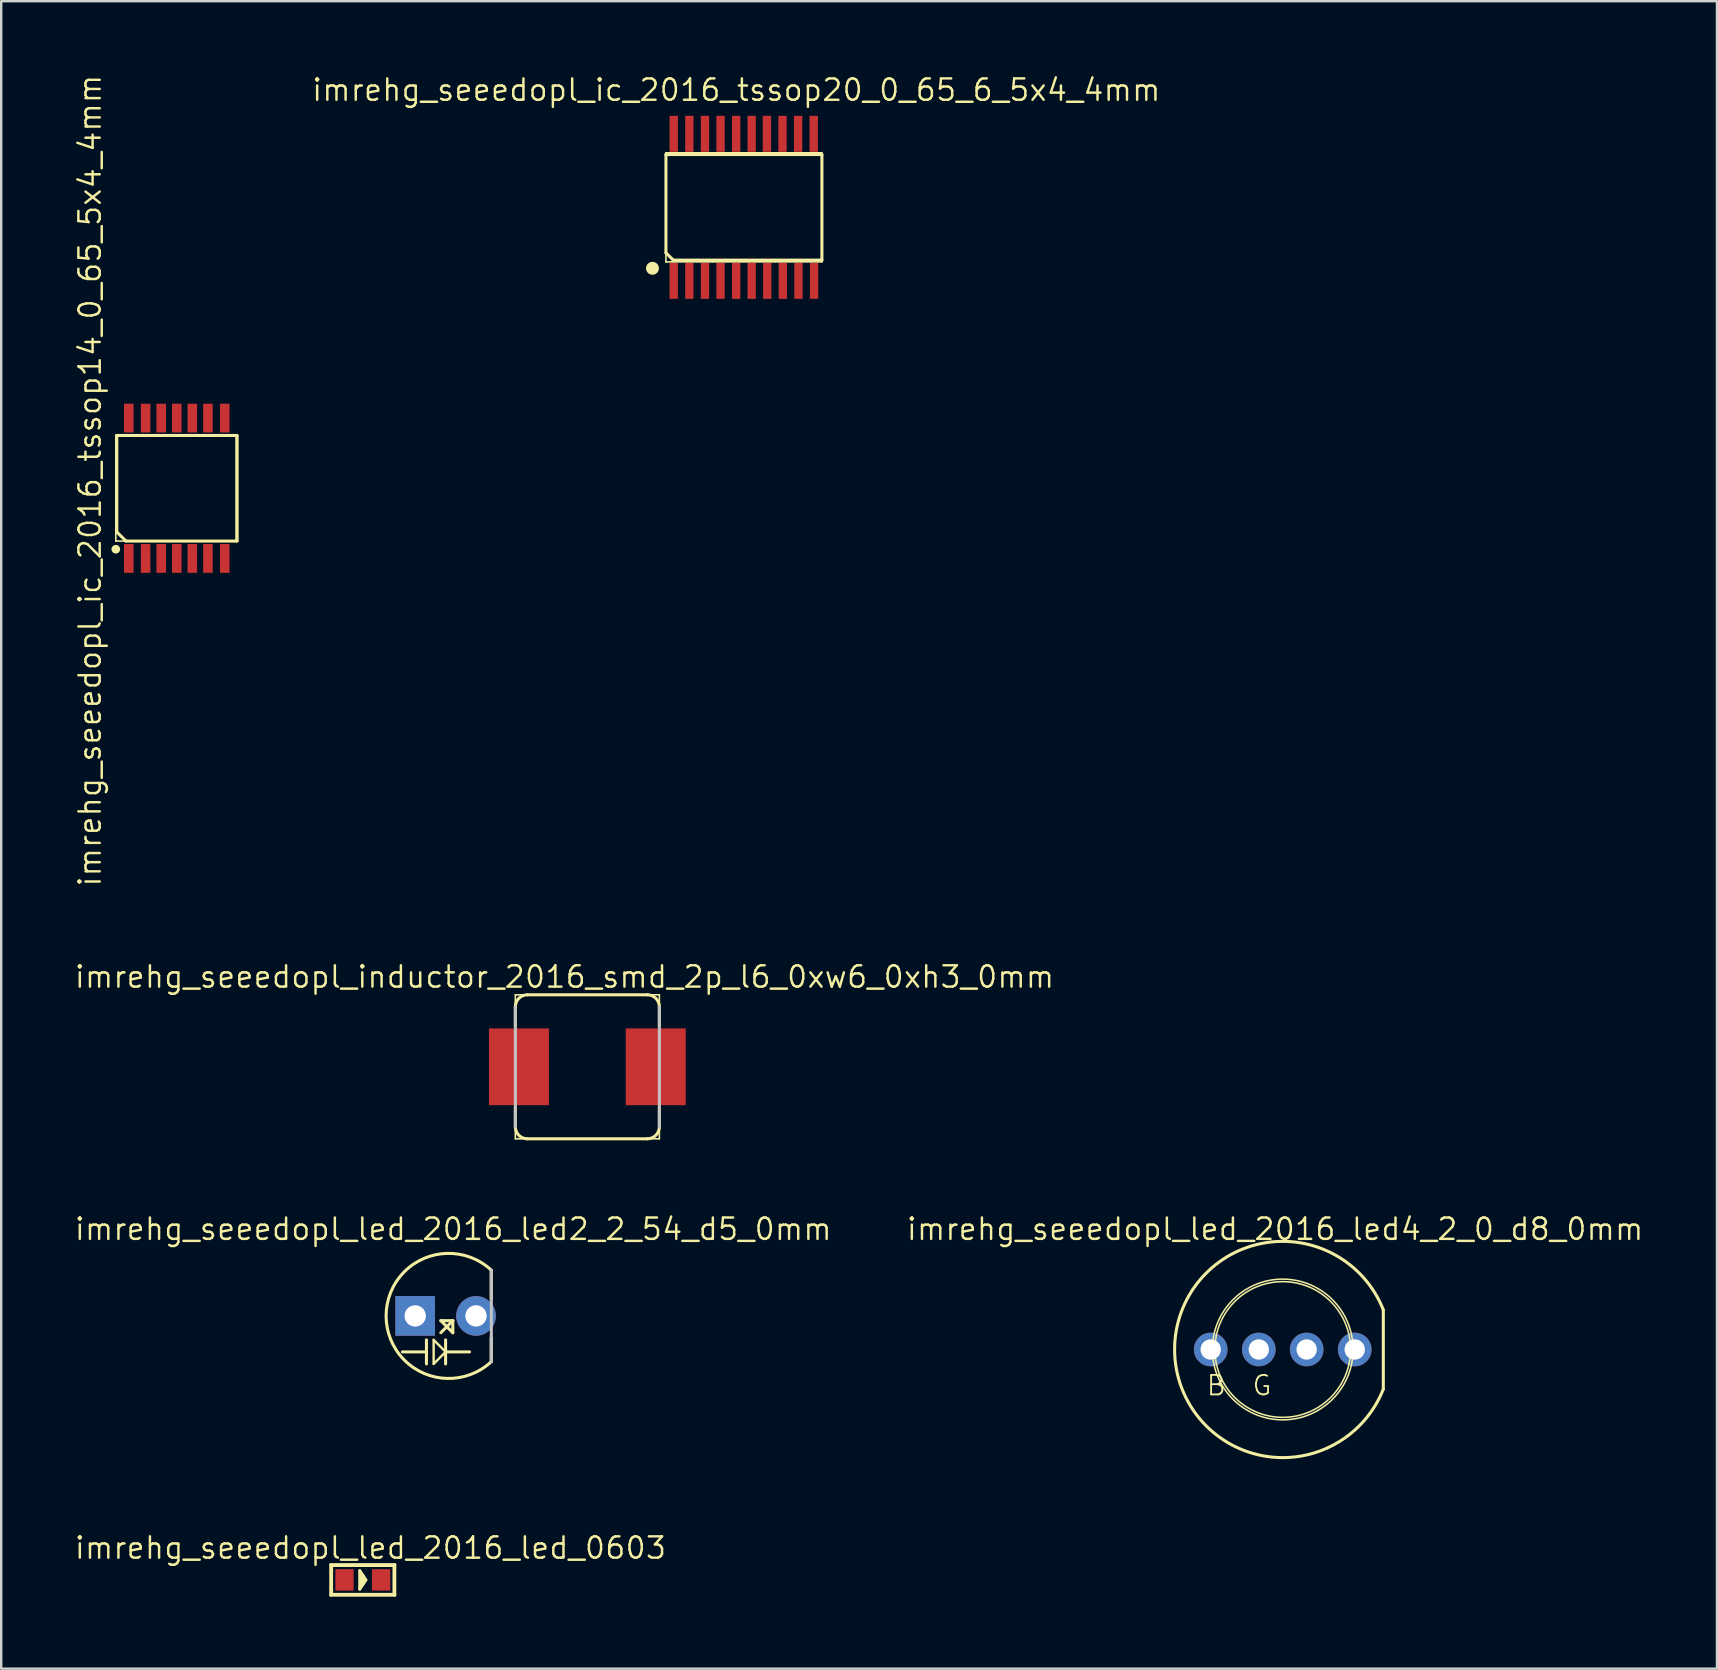
<source format=kicad_pcb>
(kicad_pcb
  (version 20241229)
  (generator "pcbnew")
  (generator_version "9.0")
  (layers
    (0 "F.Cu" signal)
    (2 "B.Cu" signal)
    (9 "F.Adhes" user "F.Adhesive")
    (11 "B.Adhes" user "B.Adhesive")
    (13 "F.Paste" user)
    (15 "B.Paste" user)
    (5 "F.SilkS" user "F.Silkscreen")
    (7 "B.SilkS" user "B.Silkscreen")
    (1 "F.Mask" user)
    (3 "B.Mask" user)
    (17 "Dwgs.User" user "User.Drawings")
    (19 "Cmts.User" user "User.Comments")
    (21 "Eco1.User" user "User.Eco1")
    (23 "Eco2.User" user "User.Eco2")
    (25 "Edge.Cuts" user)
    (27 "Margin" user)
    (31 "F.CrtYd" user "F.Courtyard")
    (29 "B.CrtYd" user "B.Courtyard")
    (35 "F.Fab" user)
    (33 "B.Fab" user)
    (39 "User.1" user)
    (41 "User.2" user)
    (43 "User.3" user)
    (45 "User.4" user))
  (footprint "imrehg_seeedopl_led_2016_led2_2_54_d5_0mm"
    (layer "F.Cu")
    (at 15.515 51.775)
    (property "Reference" "imrehg_seeedopl_led_2016_led2_2_54_d5_0mm" (at 0.318 -3.617 0) (layer "F.SilkS") (effects (font (size 0.889 0.889) (thickness 0.102))))
    (attr exclude_from_pos_files exclude_from_bom)
    (fp_line (start -1.798 1.499) (end -0.798 1.499) (stroke (width 0.127) (type solid)) (layer "F.SilkS"))
    (fp_line (start -0.798 0.998) (end -0.798 1.499) (stroke (width 0.127) (type solid)) (layer "F.SilkS"))
    (fp_line (start -0.798 1.499) (end -0.798 1.999) (stroke (width 0.127) (type solid)) (layer "F.SilkS"))
    (fp_line (start -0.498 0.998) (end -0.498 1.999) (stroke (width 0.1) (type solid)) (layer "F.SilkS"))
    (fp_line (start -0.498 1.999) (end 0 1.499) (stroke (width 0.1) (type solid)) (layer "F.SilkS"))
    (fp_line (start -0.198 0.198) (end 0.3 0.699) (stroke (width 0.127) (type solid)) (layer "F.SilkS"))
    (fp_line (start -0.198 0.699) (end 0.3 0.198) (stroke (width 0.127) (type solid)) (layer "F.SilkS"))
    (fp_line (start 0 0.998) (end 0 1.499) (stroke (width 0.127) (type solid)) (layer "F.SilkS"))
    (fp_line (start 0 1.499) (end -0.498 0.998) (stroke (width 0.1) (type solid)) (layer "F.SilkS"))
    (fp_line (start 0 1.499) (end 0 1.999) (stroke (width 0.127) (type solid)) (layer "F.SilkS"))
    (fp_line (start 0 1.499) (end 0.998 1.499) (stroke (width 0.127) (type solid)) (layer "F.SilkS"))
    (fp_line (start 0.3 0.198) (end -0.198 0.198) (stroke (width 0.127) (type solid)) (layer "F.SilkS"))
    (fp_line (start 0.3 0.699) (end 0.3 0.198) (stroke (width 0.127) (type solid)) (layer "F.SilkS"))
    (fp_line (start 1.9 -1.9) (end 1.9 -0.699) (stroke (width 0.127) (type solid)) (layer "F.SilkS"))
    (fp_line (start 1.9 1.9) (end 1.9 0.899) (stroke (width 0.127) (type solid)) (layer "F.SilkS"))
    (fp_arc (start 1.905 1.905) (mid -2.478822 0.00114) (end 1.903333 -1.906555) (stroke (width 0.127) (type solid)) (layer "F.SilkS"))
    (fp_line (start 1.905 -1.905) (end 1.905 1.905) (stroke (width 0.127) (type solid)) (layer "Dwgs.User"))
    (pad "+" thru_hole rect (at -1.267 0) (size 1.651 1.651) (drill 0.889) (layers "*.Cu" "*.Paste" "*.Mask"))
    (pad "-" thru_hole circle (at 1.267 0) (size 1.651 1.651) (drill 0.889) (layers "*.Cu" "*.Paste" "*.Mask")))
  (footprint "imrehg_seeedopl_inductor_2016_smd_2p_l6_0xw6_0xh3_0mm"
    (layer "F.Cu")
    (at 21.421 41.396)
    (property "Reference" "imrehg_seeedopl_inductor_2016_smd_2p_l6_0xw6_0xh3_0mm" (at -0.953 -3.747 0) (layer "F.SilkS") (effects (font (size 0.889 0.889) (thickness 0.102))))
    (attr smd)
    (fp_line (start -3 -3) (end 3 -3) (stroke (width 0.066) (type solid)) (layer "F.SilkS"))
    (fp_line (start -3 -2.499) (end -3 -1.699) (stroke (width 0.127) (type solid)) (layer "F.SilkS"))
    (fp_line (start -3 2.499) (end -3 1.699) (stroke (width 0.127) (type solid)) (layer "F.SilkS"))
    (fp_line (start -3 3) (end -3 -3) (stroke (width 0.066) (type solid)) (layer "F.SilkS"))
    (fp_line (start -3 3) (end 3 3) (stroke (width 0.066) (type solid)) (layer "F.SilkS"))
    (fp_line (start -2.499 -3) (end 2.499 -3) (stroke (width 0.127) (type solid)) (layer "F.SilkS"))
    (fp_line (start 2.499 3) (end -2.499 3) (stroke (width 0.127) (type solid)) (layer "F.SilkS"))
    (fp_line (start 3 -2.499) (end 3 -1.699) (stroke (width 0.127) (type solid)) (layer "F.SilkS"))
    (fp_line (start 3 2.499) (end 3 1.699) (stroke (width 0.127) (type solid)) (layer "F.SilkS"))
    (fp_line (start 3 3) (end 3 -3) (stroke (width 0.066) (type solid)) (layer "F.SilkS"))
    (fp_arc (start -2.99974 -2.49936) (mid -2.853182 -2.853182) (end -2.49936 -2.99974) (stroke (width 0.127) (type solid)) (layer "F.SilkS"))
    (fp_arc (start -2.49936 2.99974) (mid -2.853182 2.853182) (end -2.99974 2.49936) (stroke (width 0.127) (type solid)) (layer "F.SilkS"))
    (fp_arc (start 2.49936 -2.99974) (mid 2.853182 -2.853182) (end 2.99974 -2.49936) (stroke (width 0.127) (type solid)) (layer "F.SilkS"))
    (fp_arc (start 2.99974 2.49936) (mid 2.853182 2.853182) (end 2.49936 2.99974) (stroke (width 0.127) (type solid)) (layer "F.SilkS"))
    (fp_line (start -3 2.499) (end -3 -2.499) (stroke (width 0.127) (type solid)) (layer "Dwgs.User"))
    (fp_line (start 3 -2.499) (end 3 -1.699) (stroke (width 0.127) (type solid)) (layer "Dwgs.User"))
    (fp_line (start 3 -1.699) (end 3 2.499) (stroke (width 0.127) (type solid)) (layer "Dwgs.User"))
    (pad "1" smd rect (at -2.85 0 90) (size 3.198 2.499) (layers "F.Cu" "F.Mask" "F.Paste"))
    (pad "2" smd rect (at 2.85 0 90) (size 3.198 2.499) (layers "F.Cu" "F.Mask" "F.Paste")))
  (footprint "imrehg_seeedopl_led_2016_led_0603"
    (layer "F.Cu")
    (at 12.065 62.774)
    (property "Reference" "imrehg_seeedopl_led_2016_led_0603" (at 0.318 -1.333 0) (layer "F.SilkS") (effects (font (size 0.889 0.889) (thickness 0.102))))
    (attr smd)
    (fp_line (start -1.333 -0.635) (end 1.333 -0.635) (stroke (width 0.127) (type solid)) (layer "F.SilkS"))
    (fp_line (start -1.333 0.635) (end -1.333 -0.635) (stroke (width 0.127) (type solid)) (layer "F.SilkS"))
    (fp_line (start -1.27 -0.572) (end 1.27 -0.572) (stroke (width 0.066) (type solid)) (layer "F.SilkS"))
    (fp_line (start -1.27 0.572) (end -1.27 -0.572) (stroke (width 0.066) (type solid)) (layer "F.SilkS"))
    (fp_line (start -1.27 0.572) (end 1.27 0.572) (stroke (width 0.066) (type solid)) (layer "F.SilkS"))
    (fp_line (start -0.127 -0.381) (end -0.127 0.381) (stroke (width 0.127) (type solid)) (layer "F.SilkS"))
    (fp_line (start -0.127 0.381) (end 0 0.191) (stroke (width 0.127) (type solid)) (layer "F.SilkS"))
    (fp_line (start -0.064 -0.254) (end -0.064 0.254) (stroke (width 0.127) (type solid)) (layer "F.SilkS"))
    (fp_line (start 0 -0.191) (end -0.127 -0.381) (stroke (width 0.127) (type solid)) (layer "F.SilkS"))
    (fp_line (start 0 -0.191) (end 0 0.191) (stroke (width 0.127) (type solid)) (layer "F.SilkS"))
    (fp_line (start 0 0.191) (end 0.127 0) (stroke (width 0.127) (type solid)) (layer "F.SilkS"))
    (fp_line (start 0.127 0) (end 0 -0.191) (stroke (width 0.127) (type solid)) (layer "F.SilkS"))
    (fp_line (start 1.27 0.572) (end 1.27 -0.572) (stroke (width 0.066) (type solid)) (layer "F.SilkS"))
    (fp_line (start 1.333 -0.635) (end 1.333 0.635) (stroke (width 0.127) (type solid)) (layer "F.SilkS"))
    (fp_line (start 1.333 0.635) (end -1.333 0.635) (stroke (width 0.127) (type solid)) (layer "F.SilkS"))
    (pad "+" smd rect (at -0.762 0) (size 0.762 0.889) (layers "F.Cu" "F.Mask" "F.Paste"))
    (pad "-" smd rect (at 0.762 0) (size 0.762 0.889) (layers "F.Cu" "F.Mask" "F.Paste")))
  (footprint "imrehg_seeedopl_ic_2016_tssop20_0_65_6_5x4_4mm"
    (layer "F.Cu")
    (at 27.944 5.588)
    (property "Reference" "imrehg_seeedopl_ic_2016_tssop20_0_65_6_5x4_4mm" (at -0.318 -4.889 0) (layer "F.SilkS") (effects (font (size 0.889 0.889) (thickness 0.102))))
    (attr smd)
    (fp_line (start -3.249 -2.273) (end 3.249 -2.273) (stroke (width 0.066) (type solid)) (layer "F.SilkS"))
    (fp_line (start -3.249 -2.2) (end 3.249 -2.2) (stroke (width 0.127) (type solid)) (layer "F.SilkS"))
    (fp_line (start -3.249 1.895) (end -3.249 -2.2) (stroke (width 0.127) (type solid)) (layer "F.SilkS"))
    (fp_line (start -3.249 2.273) (end -3.249 -2.273) (stroke (width 0.066) (type solid)) (layer "F.SilkS"))
    (fp_line (start -3.249 2.273) (end 3.249 2.273) (stroke (width 0.066) (type solid)) (layer "F.SilkS"))
    (fp_line (start -2.944 2.2) (end -3.249 1.895) (stroke (width 0.127) (type solid)) (layer "F.SilkS"))
    (fp_line (start 3.249 -2.2) (end 3.249 2.2) (stroke (width 0.127) (type solid)) (layer "F.SilkS"))
    (fp_line (start 3.249 2.2) (end -2.944 2.2) (stroke (width 0.127) (type solid)) (layer "F.SilkS"))
    (fp_line (start 3.249 2.273) (end 3.249 -2.273) (stroke (width 0.066) (type solid)) (layer "F.SilkS"))
    (fp_circle (center -3.81 2.54) (end -4 2.731) (stroke (width 0) (type solid)) (fill yes) (layer "F.SilkS"))
    (pad "1" smd rect (at -2.924 3.063 90) (size 1.499 0.348) (layers "F.Cu" "F.Mask" "F.Paste"))
    (pad "2" smd rect (at -2.273 3.063 90) (size 1.499 0.348) (layers "F.Cu" "F.Mask" "F.Paste"))
    (pad "3" smd rect (at -1.623 3.063 90) (size 1.499 0.348) (layers "F.Cu" "F.Mask" "F.Paste"))
    (pad "4" smd rect (at -0.973 3.063 90) (size 1.499 0.348) (layers "F.Cu" "F.Mask" "F.Paste"))
    (pad "5" smd rect (at -0.323 3.063 90) (size 1.499 0.348) (layers "F.Cu" "F.Mask" "F.Paste"))
    (pad "6" smd rect (at 0.323 3.063 90) (size 1.499 0.348) (layers "F.Cu" "F.Mask" "F.Paste"))
    (pad "7" smd rect (at 0.973 3.063 90) (size 1.499 0.348) (layers "F.Cu" "F.Mask" "F.Paste"))
    (pad "8" smd rect (at 1.623 3.063 90) (size 1.499 0.348) (layers "F.Cu" "F.Mask" "F.Paste"))
    (pad "9" smd rect (at 2.273 3.063 90) (size 1.499 0.348) (layers "F.Cu" "F.Mask" "F.Paste"))
    (pad "10" smd rect (at 2.924 3.063 90) (size 1.499 0.348) (layers "F.Cu" "F.Mask" "F.Paste"))
    (pad "11" smd rect (at 2.908 -3.063 90) (size 1.499 0.348) (layers "F.Cu" "F.Mask" "F.Paste"))
    (pad "12" smd rect (at 2.258 -3.063 90) (size 1.499 0.348) (layers "F.Cu" "F.Mask" "F.Paste"))
    (pad "13" smd rect (at 1.608 -3.063 90) (size 1.499 0.348) (layers "F.Cu" "F.Mask" "F.Paste"))
    (pad "14" smd rect (at 0.958 -3.063 90) (size 1.499 0.348) (layers "F.Cu" "F.Mask" "F.Paste"))
    (pad "15" smd rect (at 0.323 -3.063 90) (size 1.499 0.348) (layers "F.Cu" "F.Mask" "F.Paste"))
    (pad "16" smd rect (at -0.323 -3.063 90) (size 1.499 0.348) (layers "F.Cu" "F.Mask" "F.Paste"))
    (pad "17" smd rect (at -0.973 -3.063 90) (size 1.499 0.348) (layers "F.Cu" "F.Mask" "F.Paste"))
    (pad "18" smd rect (at -1.623 -3.063 90) (size 1.499 0.348) (layers "F.Cu" "F.Mask" "F.Paste"))
    (pad "19" smd rect (at -2.273 -3.063 90) (size 1.499 0.348) (layers "F.Cu" "F.Mask" "F.Paste"))
    (pad "20" smd rect (at -2.924 -3.063 90) (size 1.499 0.348) (layers "F.Cu" "F.Mask" "F.Paste")))
  (footprint "imrehg_seeedopl_led_2016_led4_2_0_d8_0mm"
    (layer "F.Cu")
    (at 50.392 53.174)
    (property "Reference" "imrehg_seeedopl_led_2016_led4_2_0_d8_0mm" (at -0.318 -5.016 0) (layer "F.SilkS") (effects (font (size 0.889 0.889) (thickness 0.102))))
    (attr exclude_from_pos_files exclude_from_bom)
    (fp_line (start 4.191 -1.651) (end 4.191 1.651) (stroke (width 0.127) (type solid)) (layer "F.SilkS"))
    (fp_arc (start 4.191 1.651) (mid -4.504472 0.003818) (end 4.188195 -1.658102) (stroke (width 0.127) (type solid)) (layer "F.SilkS"))
    (fp_circle (center 0 0) (end -2.073 2.073) (stroke (width 0.064) (type solid)) (fill no) (layer "F.SilkS"))
    (fp_circle (center 0 0) (end -1.999 1.999) (stroke (width 0.064) (type solid)) (fill no) (layer "F.SilkS"))
    (fp_text user "B" (at -2.769 1.499 0) (layer "F.SilkS") (effects (font (size 0.813 0.813) (thickness 0.076))))
    (fp_text user "G" (at -0.864 1.499 0) (layer "F.SilkS") (effects (font (size 0.813 0.813) (thickness 0.076))))
    (pad "1" thru_hole circle (at 3 0) (size 1.4 1.4) (drill 0.848) (layers "*.Cu" "*.Paste" "*.Mask"))
    (pad "2" thru_hole circle (at 0.998 0) (size 1.4 1.4) (drill 0.848) (layers "*.Cu" "*.Paste" "*.Mask"))
    (pad "3" thru_hole circle (at -0.998 0) (size 1.4 1.4) (drill 0.848) (layers "*.Cu" "*.Paste" "*.Mask"))
    (pad "4" thru_hole circle (at -3 0) (size 1.4 1.4) (drill 0.848) (layers "*.Cu" "*.Paste" "*.Mask")))
  (footprint "imrehg_seeedopl_ic_2016_tssop14_0_65_5x4_4mm"
    (layer "F.Cu")
    (at 4.315 17.293)
    (property "Reference" "imrehg_seeedopl_ic_2016_tssop14_0_65_5x4_4mm" (at -3.617 -0.318 90) (layer "F.SilkS") (effects (font (size 0.889 0.889) (thickness 0.102))))
    (attr smd)
    (fp_line (start -2.54 -2.2) (end 2.54 -2.2) (stroke (width 0.066) (type solid)) (layer "F.SilkS"))
    (fp_line (start -2.54 2.2) (end -2.54 -2.2) (stroke (width 0.066) (type solid)) (layer "F.SilkS"))
    (fp_line (start -2.54 2.2) (end 2.54 2.2) (stroke (width 0.066) (type solid)) (layer "F.SilkS"))
    (fp_line (start -2.499 -2.2) (end 2.499 -2.2) (stroke (width 0.127) (type solid)) (layer "F.SilkS"))
    (fp_line (start -2.499 1.819) (end -2.499 -2.2) (stroke (width 0.127) (type solid)) (layer "F.SilkS"))
    (fp_line (start -2.118 2.2) (end -2.499 1.819) (stroke (width 0.127) (type solid)) (layer "F.SilkS"))
    (fp_line (start 2.499 -2.2) (end 2.499 2.2) (stroke (width 0.127) (type solid)) (layer "F.SilkS"))
    (fp_line (start 2.499 2.2) (end -2.118 2.2) (stroke (width 0.127) (type solid)) (layer "F.SilkS"))
    (fp_line (start 2.54 2.2) (end 2.54 -2.2) (stroke (width 0.066) (type solid)) (layer "F.SilkS"))
    (fp_circle (center -2.54 2.54) (end -2.667 2.667) (stroke (width 0) (type solid)) (fill yes) (layer "F.SilkS"))
    (pad "1" smd rect (at -1.999 2.924) (size 0.399 1.199) (layers "F.Cu" "F.Mask" "F.Paste"))
    (pad "2" smd rect (at -1.298 2.924) (size 0.399 1.199) (layers "F.Cu" "F.Mask" "F.Paste"))
    (pad "3" smd rect (at -0.648 2.924) (size 0.399 1.199) (layers "F.Cu" "F.Mask" "F.Paste"))
    (pad "4" smd rect (at 0 2.924) (size 0.399 1.199) (layers "F.Cu" "F.Mask" "F.Paste"))
    (pad "5" smd rect (at 0.648 2.924) (size 0.399 1.199) (layers "F.Cu" "F.Mask" "F.Paste"))
    (pad "6" smd rect (at 1.298 2.924) (size 0.399 1.199) (layers "F.Cu" "F.Mask" "F.Paste"))
    (pad "7" smd rect (at 1.999 2.924) (size 0.399 1.199) (layers "F.Cu" "F.Mask" "F.Paste"))
    (pad "8" smd rect (at 1.999 -2.924 180) (size 0.399 1.199) (layers "F.Cu" "F.Mask" "F.Paste"))
    (pad "9" smd rect (at 1.298 -2.924) (size 0.399 1.199) (layers "F.Cu" "F.Mask" "F.Paste"))
    (pad "10" smd rect (at 0.648 -2.924) (size 0.399 1.199) (layers "F.Cu" "F.Mask" "F.Paste"))
    (pad "11" smd rect (at 0 -2.924) (size 0.399 1.199) (layers "F.Cu" "F.Mask" "F.Paste"))
    (pad "12" smd rect (at -0.648 -2.924) (size 0.399 1.199) (layers "F.Cu" "F.Mask" "F.Paste"))
    (pad "13" smd rect (at -1.298 -2.924) (size 0.399 1.199) (layers "F.Cu" "F.Mask" "F.Paste"))
    (pad "14" smd rect (at -1.999 -2.924) (size 0.399 1.199) (layers "F.Cu" "F.Mask" "F.Paste")))
  (gr_rect
    (start -3 -3)
    (end 68.484 66.473)
    (stroke (width 0.1) (type default))
    (fill no)
    (layer "Edge.Cuts")))
</source>
